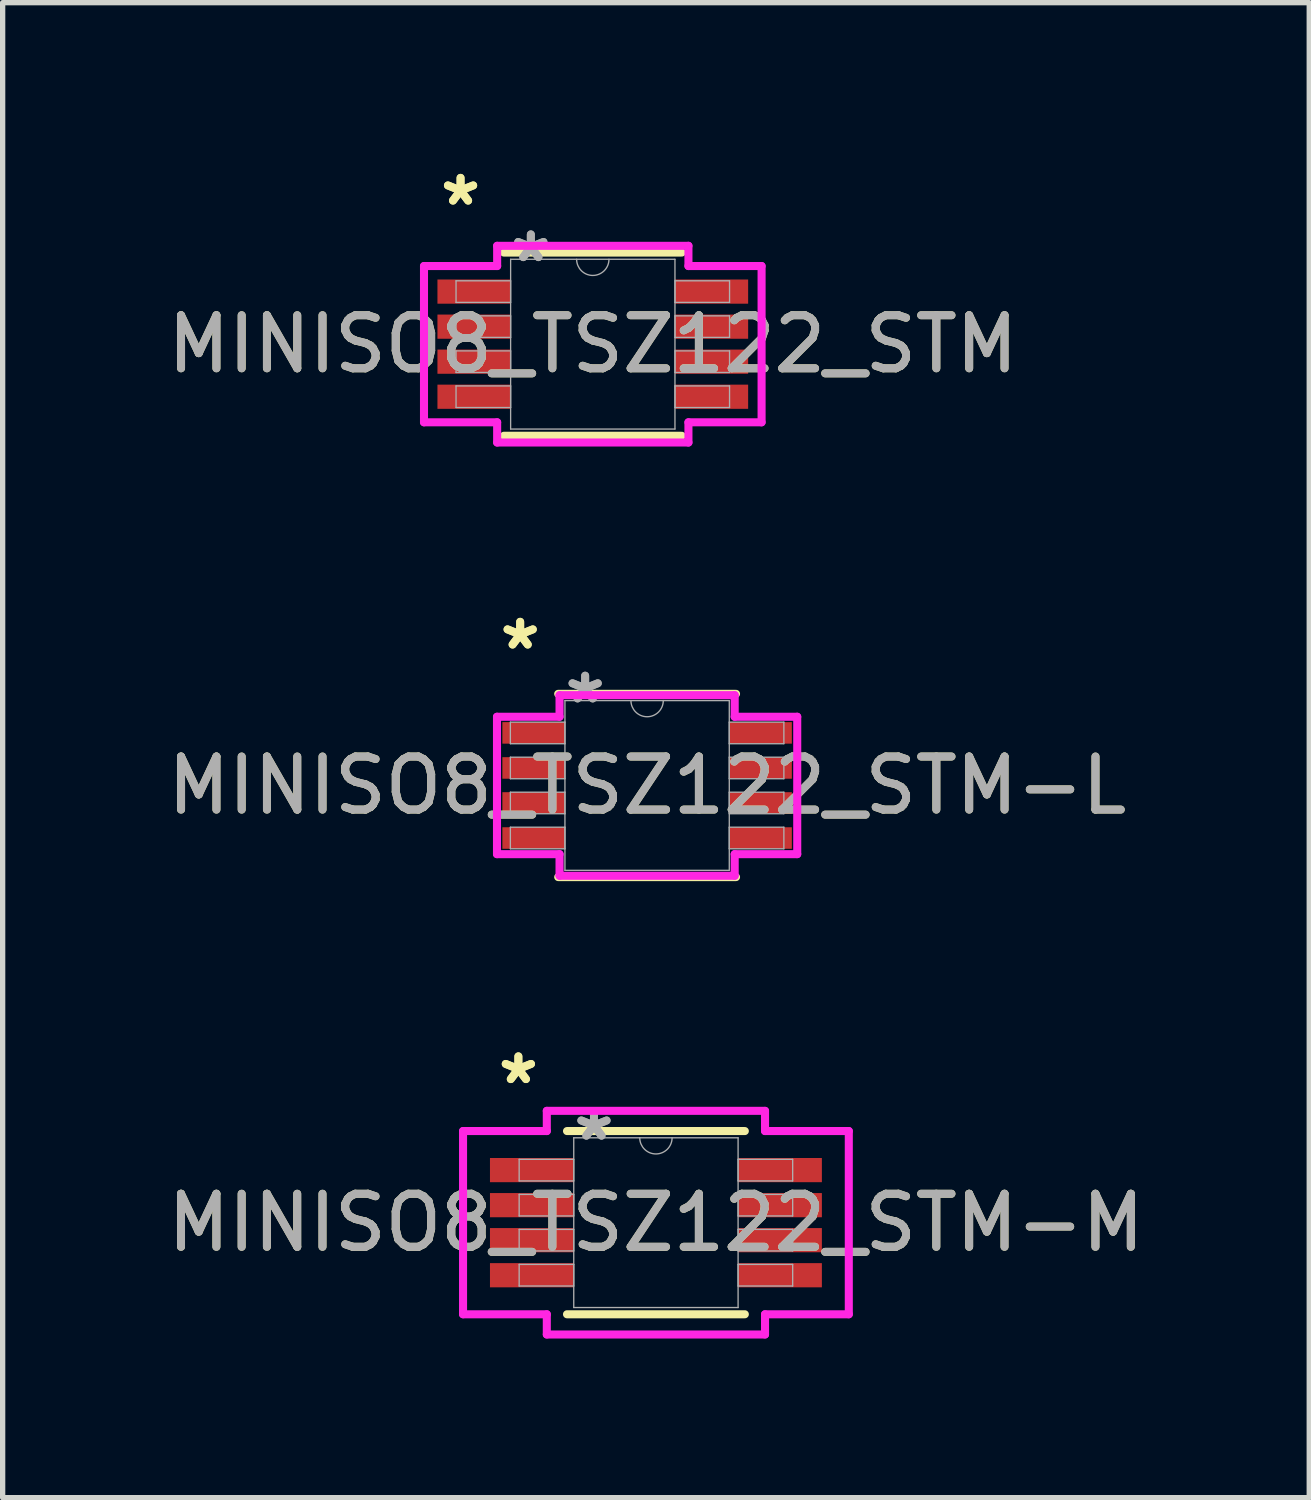
<source format=kicad_pcb>
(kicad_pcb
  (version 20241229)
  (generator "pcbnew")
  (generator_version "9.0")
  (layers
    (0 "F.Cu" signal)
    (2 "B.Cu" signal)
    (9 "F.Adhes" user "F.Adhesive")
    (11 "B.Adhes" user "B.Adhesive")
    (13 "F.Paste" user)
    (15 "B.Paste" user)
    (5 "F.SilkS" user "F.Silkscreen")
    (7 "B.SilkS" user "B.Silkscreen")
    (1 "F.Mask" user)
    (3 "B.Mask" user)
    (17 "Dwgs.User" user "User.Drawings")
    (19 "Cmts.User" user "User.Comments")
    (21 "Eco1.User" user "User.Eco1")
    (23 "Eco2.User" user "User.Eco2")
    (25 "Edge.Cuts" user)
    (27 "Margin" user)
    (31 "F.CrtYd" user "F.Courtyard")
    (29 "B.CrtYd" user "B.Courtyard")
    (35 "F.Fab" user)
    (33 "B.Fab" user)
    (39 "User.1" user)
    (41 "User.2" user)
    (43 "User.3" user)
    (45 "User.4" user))
  (footprint "MINISO8_TSZ122_STM"
    (layer "F.Cu")
    (at 8.125 3.438)
    (property "Reference" "MINISO8_TSZ122_STM" (at 0 0 0) (unlocked yes) (layer "F.SilkS") (effects (font (size 1 1) (thickness 0.15))))
    (attr smd)
    (fp_line (start -1.676 1.727) (end 1.676 1.727) (stroke (width 0.152) (type solid)) (layer "F.SilkS"))
    (fp_line (start 1.676 -1.727) (end -1.676 -1.727) (stroke (width 0.152) (type solid)) (layer "F.SilkS"))
    (fp_line (start -3.182 -1.473) (end -1.803 -1.473) (stroke (width 0.152) (type solid)) (layer "F.CrtYd"))
    (fp_line (start -3.182 1.473) (end -3.182 -1.473) (stroke (width 0.152) (type solid)) (layer "F.CrtYd"))
    (fp_line (start -3.182 1.473) (end -1.803 1.473) (stroke (width 0.152) (type solid)) (layer "F.CrtYd"))
    (fp_line (start -1.803 -1.854) (end 1.803 -1.854) (stroke (width 0.152) (type solid)) (layer "F.CrtYd"))
    (fp_line (start -1.803 -1.473) (end -1.803 -1.854) (stroke (width 0.152) (type solid)) (layer "F.CrtYd"))
    (fp_line (start -1.803 1.854) (end -1.803 1.473) (stroke (width 0.152) (type solid)) (layer "F.CrtYd"))
    (fp_line (start 1.803 -1.854) (end 1.803 -1.473) (stroke (width 0.152) (type solid)) (layer "F.CrtYd"))
    (fp_line (start 1.803 1.473) (end 1.803 1.854) (stroke (width 0.152) (type solid)) (layer "F.CrtYd"))
    (fp_line (start 1.803 1.854) (end -1.803 1.854) (stroke (width 0.152) (type solid)) (layer "F.CrtYd"))
    (fp_line (start 3.182 -1.473) (end 1.803 -1.473) (stroke (width 0.152) (type solid)) (layer "F.CrtYd"))
    (fp_line (start 3.182 -1.473) (end 3.182 1.473) (stroke (width 0.152) (type solid)) (layer "F.CrtYd"))
    (fp_line (start 3.182 1.473) (end 1.803 1.473) (stroke (width 0.152) (type solid)) (layer "F.CrtYd"))
    (fp_line (start -2.578 -1.194) (end -2.578 -0.787) (stroke (width 0.025) (type solid)) (layer "F.Fab"))
    (fp_line (start -2.578 -0.787) (end -1.549 -0.787) (stroke (width 0.025) (type solid)) (layer "F.Fab"))
    (fp_line (start -2.578 -0.533) (end -2.578 -0.127) (stroke (width 0.025) (type solid)) (layer "F.Fab"))
    (fp_line (start -2.578 -0.127) (end -1.549 -0.127) (stroke (width 0.025) (type solid)) (layer "F.Fab"))
    (fp_line (start -2.578 0.127) (end -2.578 0.533) (stroke (width 0.025) (type solid)) (layer "F.Fab"))
    (fp_line (start -2.578 0.533) (end -1.549 0.533) (stroke (width 0.025) (type solid)) (layer "F.Fab"))
    (fp_line (start -2.578 0.787) (end -2.578 1.194) (stroke (width 0.025) (type solid)) (layer "F.Fab"))
    (fp_line (start -2.578 1.194) (end -1.549 1.194) (stroke (width 0.025) (type solid)) (layer "F.Fab"))
    (fp_line (start -1.549 -1.6) (end -1.549 1.6) (stroke (width 0.025) (type solid)) (layer "F.Fab"))
    (fp_line (start -1.549 -1.194) (end -2.578 -1.194) (stroke (width 0.025) (type solid)) (layer "F.Fab"))
    (fp_line (start -1.549 -0.787) (end -1.549 -1.194) (stroke (width 0.025) (type solid)) (layer "F.Fab"))
    (fp_line (start -1.549 -0.533) (end -2.578 -0.533) (stroke (width 0.025) (type solid)) (layer "F.Fab"))
    (fp_line (start -1.549 -0.127) (end -1.549 -0.533) (stroke (width 0.025) (type solid)) (layer "F.Fab"))
    (fp_line (start -1.549 0.127) (end -2.578 0.127) (stroke (width 0.025) (type solid)) (layer "F.Fab"))
    (fp_line (start -1.549 0.533) (end -1.549 0.127) (stroke (width 0.025) (type solid)) (layer "F.Fab"))
    (fp_line (start -1.549 0.787) (end -2.578 0.787) (stroke (width 0.025) (type solid)) (layer "F.Fab"))
    (fp_line (start -1.549 1.194) (end -1.549 0.787) (stroke (width 0.025) (type solid)) (layer "F.Fab"))
    (fp_line (start -1.549 1.6) (end 1.549 1.6) (stroke (width 0.025) (type solid)) (layer "F.Fab"))
    (fp_line (start 1.549 -1.6) (end -1.549 -1.6) (stroke (width 0.025) (type solid)) (layer "F.Fab"))
    (fp_line (start 1.549 -1.194) (end 1.549 -0.787) (stroke (width 0.025) (type solid)) (layer "F.Fab"))
    (fp_line (start 1.549 -0.787) (end 2.578 -0.787) (stroke (width 0.025) (type solid)) (layer "F.Fab"))
    (fp_line (start 1.549 -0.533) (end 1.549 -0.127) (stroke (width 0.025) (type solid)) (layer "F.Fab"))
    (fp_line (start 1.549 -0.127) (end 2.578 -0.127) (stroke (width 0.025) (type solid)) (layer "F.Fab"))
    (fp_line (start 1.549 0.127) (end 1.549 0.533) (stroke (width 0.025) (type solid)) (layer "F.Fab"))
    (fp_line (start 1.549 0.533) (end 2.578 0.533) (stroke (width 0.025) (type solid)) (layer "F.Fab"))
    (fp_line (start 1.549 0.787) (end 1.549 1.194) (stroke (width 0.025) (type solid)) (layer "F.Fab"))
    (fp_line (start 1.549 1.194) (end 2.578 1.194) (stroke (width 0.025) (type solid)) (layer "F.Fab"))
    (fp_line (start 1.549 1.6) (end 1.549 -1.6) (stroke (width 0.025) (type solid)) (layer "F.Fab"))
    (fp_line (start 2.578 -1.194) (end 1.549 -1.194) (stroke (width 0.025) (type solid)) (layer "F.Fab"))
    (fp_line (start 2.578 -0.787) (end 2.578 -1.194) (stroke (width 0.025) (type solid)) (layer "F.Fab"))
    (fp_line (start 2.578 -0.533) (end 1.549 -0.533) (stroke (width 0.025) (type solid)) (layer "F.Fab"))
    (fp_line (start 2.578 -0.127) (end 2.578 -0.533) (stroke (width 0.025) (type solid)) (layer "F.Fab"))
    (fp_line (start 2.578 0.127) (end 1.549 0.127) (stroke (width 0.025) (type solid)) (layer "F.Fab"))
    (fp_line (start 2.578 0.533) (end 2.578 0.127) (stroke (width 0.025) (type solid)) (layer "F.Fab"))
    (fp_line (start 2.578 0.787) (end 1.549 0.787) (stroke (width 0.025) (type solid)) (layer "F.Fab"))
    (fp_line (start 2.578 1.194) (end 2.578 0.787) (stroke (width 0.025) (type solid)) (layer "F.Fab"))
    (fp_arc (start 0.3048 -1.6002) (mid 0 -1.2954) (end -0.3048 -1.6002) (stroke (width 0.0254) (type solid)) (layer "F.Fab"))
    (fp_text user "*" (at -2.493 -2.59 0) (layer "F.SilkS") (effects (font (size 1 1) (thickness 0.15))))
    (fp_text user "*" (at -2.493 -2.59 0) (unlocked yes) (layer "F.SilkS") (effects (font (size 1 1) (thickness 0.15))))
    (fp_text user "*" (at -1.168 -1.524 0) (unlocked yes) (layer "F.Fab") (effects (font (size 1 1) (thickness 0.15))))
    (fp_text user "${REFERENCE}" (at 0 0 0) (unlocked yes) (layer "F.Fab") (effects (font (size 1 1) (thickness 0.15))))
    (fp_text user "*" (at -1.168 -1.524 0) (layer "F.Fab") (effects (font (size 1 1) (thickness 0.15))))
    (pad "1" smd rect (at -2.239 -0.991) (size 1.379 0.456) (layers "F.Cu" "F.Mask" "F.Paste"))
    (pad "2" smd rect (at -2.239 -0.33) (size 1.379 0.456) (layers "F.Cu" "F.Mask" "F.Paste"))
    (pad "3" smd rect (at -2.239 0.33) (size 1.379 0.456) (layers "F.Cu" "F.Mask" "F.Paste"))
    (pad "4" smd rect (at -2.239 0.991) (size 1.379 0.456) (layers "F.Cu" "F.Mask" "F.Paste"))
    (pad "5" smd rect (at 2.239 0.991) (size 1.379 0.456) (layers "F.Cu" "F.Mask" "F.Paste"))
    (pad "6" smd rect (at 2.239 0.33) (size 1.379 0.456) (layers "F.Cu" "F.Mask" "F.Paste"))
    (pad "7" smd rect (at 2.239 -0.33) (size 1.379 0.456) (layers "F.Cu" "F.Mask" "F.Paste"))
    (pad "8" smd rect (at 2.239 -0.991) (size 1.379 0.456) (layers "F.Cu" "F.Mask" "F.Paste")))
  (footprint "MINISO8_TSZ122_STM-L"
    (layer "F.Cu")
    (at 9.149 11.757)
    (property "Reference" "MINISO8_TSZ122_STM-L" (at 0 0 0) (unlocked yes) (layer "F.SilkS") (effects (font (size 1 1) (thickness 0.15))))
    (attr smd)
    (fp_line (start -1.676 1.727) (end 1.676 1.727) (stroke (width 0.152) (type solid)) (layer "F.SilkS"))
    (fp_line (start 1.676 -1.727) (end -1.676 -1.727) (stroke (width 0.152) (type solid)) (layer "F.SilkS"))
    (fp_line (start -2.83 -1.295) (end -1.651 -1.295) (stroke (width 0.152) (type solid)) (layer "F.CrtYd"))
    (fp_line (start -2.83 1.295) (end -2.83 -1.295) (stroke (width 0.152) (type solid)) (layer "F.CrtYd"))
    (fp_line (start -2.83 1.295) (end -1.651 1.295) (stroke (width 0.152) (type solid)) (layer "F.CrtYd"))
    (fp_line (start -1.651 -1.702) (end 1.651 -1.702) (stroke (width 0.152) (type solid)) (layer "F.CrtYd"))
    (fp_line (start -1.651 -1.295) (end -1.651 -1.702) (stroke (width 0.152) (type solid)) (layer "F.CrtYd"))
    (fp_line (start -1.651 1.702) (end -1.651 1.295) (stroke (width 0.152) (type solid)) (layer "F.CrtYd"))
    (fp_line (start 1.651 -1.702) (end 1.651 -1.295) (stroke (width 0.152) (type solid)) (layer "F.CrtYd"))
    (fp_line (start 1.651 1.295) (end 1.651 1.702) (stroke (width 0.152) (type solid)) (layer "F.CrtYd"))
    (fp_line (start 1.651 1.702) (end -1.651 1.702) (stroke (width 0.152) (type solid)) (layer "F.CrtYd"))
    (fp_line (start 2.83 -1.295) (end 1.651 -1.295) (stroke (width 0.152) (type solid)) (layer "F.CrtYd"))
    (fp_line (start 2.83 -1.295) (end 2.83 1.295) (stroke (width 0.152) (type solid)) (layer "F.CrtYd"))
    (fp_line (start 2.83 1.295) (end 1.651 1.295) (stroke (width 0.152) (type solid)) (layer "F.CrtYd"))
    (fp_line (start -2.578 -1.194) (end -2.578 -0.787) (stroke (width 0.025) (type solid)) (layer "F.Fab"))
    (fp_line (start -2.578 -0.787) (end -1.549 -0.787) (stroke (width 0.025) (type solid)) (layer "F.Fab"))
    (fp_line (start -2.578 -0.533) (end -2.578 -0.127) (stroke (width 0.025) (type solid)) (layer "F.Fab"))
    (fp_line (start -2.578 -0.127) (end -1.549 -0.127) (stroke (width 0.025) (type solid)) (layer "F.Fab"))
    (fp_line (start -2.578 0.127) (end -2.578 0.533) (stroke (width 0.025) (type solid)) (layer "F.Fab"))
    (fp_line (start -2.578 0.533) (end -1.549 0.533) (stroke (width 0.025) (type solid)) (layer "F.Fab"))
    (fp_line (start -2.578 0.787) (end -2.578 1.194) (stroke (width 0.025) (type solid)) (layer "F.Fab"))
    (fp_line (start -2.578 1.194) (end -1.549 1.194) (stroke (width 0.025) (type solid)) (layer "F.Fab"))
    (fp_line (start -1.549 -1.6) (end -1.549 1.6) (stroke (width 0.025) (type solid)) (layer "F.Fab"))
    (fp_line (start -1.549 -1.194) (end -2.578 -1.194) (stroke (width 0.025) (type solid)) (layer "F.Fab"))
    (fp_line (start -1.549 -0.787) (end -1.549 -1.194) (stroke (width 0.025) (type solid)) (layer "F.Fab"))
    (fp_line (start -1.549 -0.533) (end -2.578 -0.533) (stroke (width 0.025) (type solid)) (layer "F.Fab"))
    (fp_line (start -1.549 -0.127) (end -1.549 -0.533) (stroke (width 0.025) (type solid)) (layer "F.Fab"))
    (fp_line (start -1.549 0.127) (end -2.578 0.127) (stroke (width 0.025) (type solid)) (layer "F.Fab"))
    (fp_line (start -1.549 0.533) (end -1.549 0.127) (stroke (width 0.025) (type solid)) (layer "F.Fab"))
    (fp_line (start -1.549 0.787) (end -2.578 0.787) (stroke (width 0.025) (type solid)) (layer "F.Fab"))
    (fp_line (start -1.549 1.194) (end -1.549 0.787) (stroke (width 0.025) (type solid)) (layer "F.Fab"))
    (fp_line (start -1.549 1.6) (end 1.549 1.6) (stroke (width 0.025) (type solid)) (layer "F.Fab"))
    (fp_line (start 1.549 -1.6) (end -1.549 -1.6) (stroke (width 0.025) (type solid)) (layer "F.Fab"))
    (fp_line (start 1.549 -1.194) (end 1.549 -0.787) (stroke (width 0.025) (type solid)) (layer "F.Fab"))
    (fp_line (start 1.549 -0.787) (end 2.578 -0.787) (stroke (width 0.025) (type solid)) (layer "F.Fab"))
    (fp_line (start 1.549 -0.533) (end 1.549 -0.127) (stroke (width 0.025) (type solid)) (layer "F.Fab"))
    (fp_line (start 1.549 -0.127) (end 2.578 -0.127) (stroke (width 0.025) (type solid)) (layer "F.Fab"))
    (fp_line (start 1.549 0.127) (end 1.549 0.533) (stroke (width 0.025) (type solid)) (layer "F.Fab"))
    (fp_line (start 1.549 0.533) (end 2.578 0.533) (stroke (width 0.025) (type solid)) (layer "F.Fab"))
    (fp_line (start 1.549 0.787) (end 1.549 1.194) (stroke (width 0.025) (type solid)) (layer "F.Fab"))
    (fp_line (start 1.549 1.194) (end 2.578 1.194) (stroke (width 0.025) (type solid)) (layer "F.Fab"))
    (fp_line (start 1.549 1.6) (end 1.549 -1.6) (stroke (width 0.025) (type solid)) (layer "F.Fab"))
    (fp_line (start 2.578 -1.194) (end 1.549 -1.194) (stroke (width 0.025) (type solid)) (layer "F.Fab"))
    (fp_line (start 2.578 -0.787) (end 2.578 -1.194) (stroke (width 0.025) (type solid)) (layer "F.Fab"))
    (fp_line (start 2.578 -0.533) (end 1.549 -0.533) (stroke (width 0.025) (type solid)) (layer "F.Fab"))
    (fp_line (start 2.578 -0.127) (end 2.578 -0.533) (stroke (width 0.025) (type solid)) (layer "F.Fab"))
    (fp_line (start 2.578 0.127) (end 1.549 0.127) (stroke (width 0.025) (type solid)) (layer "F.Fab"))
    (fp_line (start 2.578 0.533) (end 2.578 0.127) (stroke (width 0.025) (type solid)) (layer "F.Fab"))
    (fp_line (start 2.578 0.787) (end 1.549 0.787) (stroke (width 0.025) (type solid)) (layer "F.Fab"))
    (fp_line (start 2.578 1.194) (end 2.578 0.787) (stroke (width 0.025) (type solid)) (layer "F.Fab"))
    (fp_arc (start 0.3048 -1.6002) (mid 0 -1.2954) (end -0.3048 -1.6002) (stroke (width 0.0254) (type solid)) (layer "F.Fab"))
    (fp_text user "*" (at -2.393 -2.54 0) (layer "F.SilkS") (effects (font (size 1 1) (thickness 0.15))))
    (fp_text user "*" (at -2.393 -2.54 0) (unlocked yes) (layer "F.SilkS") (effects (font (size 1 1) (thickness 0.15))))
    (fp_text user "*" (at -1.168 -1.524 0) (layer "F.Fab") (effects (font (size 1 1) (thickness 0.15))))
    (fp_text user "${REFERENCE}" (at 0 0 0) (unlocked yes) (layer "F.Fab") (effects (font (size 1 1) (thickness 0.15))))
    (fp_text user "*" (at -1.168 -1.524 0) (unlocked yes) (layer "F.Fab") (effects (font (size 1 1) (thickness 0.15))))
    (pad "1" smd rect (at -2.139 -0.991) (size 1.179 0.406) (layers "F.Cu" "F.Mask" "F.Paste"))
    (pad "2" smd rect (at -2.139 -0.33) (size 1.179 0.406) (layers "F.Cu" "F.Mask" "F.Paste"))
    (pad "3" smd rect (at -2.139 0.33) (size 1.179 0.406) (layers "F.Cu" "F.Mask" "F.Paste"))
    (pad "4" smd rect (at -2.139 0.991) (size 1.179 0.406) (layers "F.Cu" "F.Mask" "F.Paste"))
    (pad "5" smd rect (at 2.139 0.991) (size 1.179 0.406) (layers "F.Cu" "F.Mask" "F.Paste"))
    (pad "6" smd rect (at 2.139 0.33) (size 1.179 0.406) (layers "F.Cu" "F.Mask" "F.Paste"))
    (pad "7" smd rect (at 2.139 -0.33) (size 1.179 0.406) (layers "F.Cu" "F.Mask" "F.Paste"))
    (pad "8" smd rect (at 2.139 -0.991) (size 1.179 0.406) (layers "F.Cu" "F.Mask" "F.Paste")))
  (footprint "MINISO8_TSZ122_STM-M"
    (layer "F.Cu")
    (at 9.315 19.999)
    (property "Reference" "MINISO8_TSZ122_STM-M" (at 0 0 0) (unlocked yes) (layer "F.SilkS") (effects (font (size 1 1) (thickness 0.15))))
    (attr smd)
    (fp_line (start -1.676 1.727) (end 1.676 1.727) (stroke (width 0.152) (type solid)) (layer "F.SilkS"))
    (fp_line (start 1.676 -1.727) (end -1.676 -1.727) (stroke (width 0.152) (type solid)) (layer "F.SilkS"))
    (fp_line (start -3.636 -1.727) (end -2.057 -1.727) (stroke (width 0.152) (type solid)) (layer "F.CrtYd"))
    (fp_line (start -3.636 1.727) (end -3.636 -1.727) (stroke (width 0.152) (type solid)) (layer "F.CrtYd"))
    (fp_line (start -3.636 1.727) (end -2.057 1.727) (stroke (width 0.152) (type solid)) (layer "F.CrtYd"))
    (fp_line (start -2.057 -2.108) (end 2.057 -2.108) (stroke (width 0.152) (type solid)) (layer "F.CrtYd"))
    (fp_line (start -2.057 -1.727) (end -2.057 -2.108) (stroke (width 0.152) (type solid)) (layer "F.CrtYd"))
    (fp_line (start -2.057 2.108) (end -2.057 1.727) (stroke (width 0.152) (type solid)) (layer "F.CrtYd"))
    (fp_line (start 2.057 -2.108) (end 2.057 -1.727) (stroke (width 0.152) (type solid)) (layer "F.CrtYd"))
    (fp_line (start 2.057 1.727) (end 2.057 2.108) (stroke (width 0.152) (type solid)) (layer "F.CrtYd"))
    (fp_line (start 2.057 2.108) (end -2.057 2.108) (stroke (width 0.152) (type solid)) (layer "F.CrtYd"))
    (fp_line (start 3.636 -1.727) (end 2.057 -1.727) (stroke (width 0.152) (type solid)) (layer "F.CrtYd"))
    (fp_line (start 3.636 -1.727) (end 3.636 1.727) (stroke (width 0.152) (type solid)) (layer "F.CrtYd"))
    (fp_line (start 3.636 1.727) (end 2.057 1.727) (stroke (width 0.152) (type solid)) (layer "F.CrtYd"))
    (fp_line (start -2.578 -1.194) (end -2.578 -0.787) (stroke (width 0.025) (type solid)) (layer "F.Fab"))
    (fp_line (start -2.578 -0.787) (end -1.549 -0.787) (stroke (width 0.025) (type solid)) (layer "F.Fab"))
    (fp_line (start -2.578 -0.533) (end -2.578 -0.127) (stroke (width 0.025) (type solid)) (layer "F.Fab"))
    (fp_line (start -2.578 -0.127) (end -1.549 -0.127) (stroke (width 0.025) (type solid)) (layer "F.Fab"))
    (fp_line (start -2.578 0.127) (end -2.578 0.533) (stroke (width 0.025) (type solid)) (layer "F.Fab"))
    (fp_line (start -2.578 0.533) (end -1.549 0.533) (stroke (width 0.025) (type solid)) (layer "F.Fab"))
    (fp_line (start -2.578 0.787) (end -2.578 1.194) (stroke (width 0.025) (type solid)) (layer "F.Fab"))
    (fp_line (start -2.578 1.194) (end -1.549 1.194) (stroke (width 0.025) (type solid)) (layer "F.Fab"))
    (fp_line (start -1.549 -1.6) (end -1.549 1.6) (stroke (width 0.025) (type solid)) (layer "F.Fab"))
    (fp_line (start -1.549 -1.194) (end -2.578 -1.194) (stroke (width 0.025) (type solid)) (layer "F.Fab"))
    (fp_line (start -1.549 -0.787) (end -1.549 -1.194) (stroke (width 0.025) (type solid)) (layer "F.Fab"))
    (fp_line (start -1.549 -0.533) (end -2.578 -0.533) (stroke (width 0.025) (type solid)) (layer "F.Fab"))
    (fp_line (start -1.549 -0.127) (end -1.549 -0.533) (stroke (width 0.025) (type solid)) (layer "F.Fab"))
    (fp_line (start -1.549 0.127) (end -2.578 0.127) (stroke (width 0.025) (type solid)) (layer "F.Fab"))
    (fp_line (start -1.549 0.533) (end -1.549 0.127) (stroke (width 0.025) (type solid)) (layer "F.Fab"))
    (fp_line (start -1.549 0.787) (end -2.578 0.787) (stroke (width 0.025) (type solid)) (layer "F.Fab"))
    (fp_line (start -1.549 1.194) (end -1.549 0.787) (stroke (width 0.025) (type solid)) (layer "F.Fab"))
    (fp_line (start -1.549 1.6) (end 1.549 1.6) (stroke (width 0.025) (type solid)) (layer "F.Fab"))
    (fp_line (start 1.549 -1.6) (end -1.549 -1.6) (stroke (width 0.025) (type solid)) (layer "F.Fab"))
    (fp_line (start 1.549 -1.194) (end 1.549 -0.787) (stroke (width 0.025) (type solid)) (layer "F.Fab"))
    (fp_line (start 1.549 -0.787) (end 2.578 -0.787) (stroke (width 0.025) (type solid)) (layer "F.Fab"))
    (fp_line (start 1.549 -0.533) (end 1.549 -0.127) (stroke (width 0.025) (type solid)) (layer "F.Fab"))
    (fp_line (start 1.549 -0.127) (end 2.578 -0.127) (stroke (width 0.025) (type solid)) (layer "F.Fab"))
    (fp_line (start 1.549 0.127) (end 1.549 0.533) (stroke (width 0.025) (type solid)) (layer "F.Fab"))
    (fp_line (start 1.549 0.533) (end 2.578 0.533) (stroke (width 0.025) (type solid)) (layer "F.Fab"))
    (fp_line (start 1.549 0.787) (end 1.549 1.194) (stroke (width 0.025) (type solid)) (layer "F.Fab"))
    (fp_line (start 1.549 1.194) (end 2.578 1.194) (stroke (width 0.025) (type solid)) (layer "F.Fab"))
    (fp_line (start 1.549 1.6) (end 1.549 -1.6) (stroke (width 0.025) (type solid)) (layer "F.Fab"))
    (fp_line (start 2.578 -1.194) (end 1.549 -1.194) (stroke (width 0.025) (type solid)) (layer "F.Fab"))
    (fp_line (start 2.578 -0.787) (end 2.578 -1.194) (stroke (width 0.025) (type solid)) (layer "F.Fab"))
    (fp_line (start 2.578 -0.533) (end 1.549 -0.533) (stroke (width 0.025) (type solid)) (layer "F.Fab"))
    (fp_line (start 2.578 -0.127) (end 2.578 -0.533) (stroke (width 0.025) (type solid)) (layer "F.Fab"))
    (fp_line (start 2.578 0.127) (end 1.549 0.127) (stroke (width 0.025) (type solid)) (layer "F.Fab"))
    (fp_line (start 2.578 0.533) (end 2.578 0.127) (stroke (width 0.025) (type solid)) (layer "F.Fab"))
    (fp_line (start 2.578 0.787) (end 1.549 0.787) (stroke (width 0.025) (type solid)) (layer "F.Fab"))
    (fp_line (start 2.578 1.194) (end 2.578 0.787) (stroke (width 0.025) (type solid)) (layer "F.Fab"))
    (fp_arc (start 0.3048 -1.6002) (mid 0 -1.2954) (end -0.3048 -1.6002) (stroke (width 0.0254) (type solid)) (layer "F.Fab"))
    (fp_text user "*" (at -2.593 -2.59 0) (unlocked yes) (layer "F.SilkS") (effects (font (size 1 1) (thickness 0.15))))
    (fp_text user "*" (at -2.593 -2.59 0) (layer "F.SilkS") (effects (font (size 1 1) (thickness 0.15))))
    (fp_text user "*" (at -1.168 -1.524 0) (unlocked yes) (layer "F.Fab") (effects (font (size 1 1) (thickness 0.15))))
    (fp_text user "${REFERENCE}" (at 0 0 0) (unlocked yes) (layer "F.Fab") (effects (font (size 1 1) (thickness 0.15))))
    (fp_text user "*" (at -1.168 -1.524 0) (layer "F.Fab") (effects (font (size 1 1) (thickness 0.15))))
    (pad "1" smd rect (at -2.339 -0.991) (size 1.579 0.456) (layers "F.Cu" "F.Mask" "F.Paste"))
    (pad "2" smd rect (at -2.339 -0.33) (size 1.579 0.456) (layers "F.Cu" "F.Mask" "F.Paste"))
    (pad "3" smd rect (at -2.339 0.33) (size 1.579 0.456) (layers "F.Cu" "F.Mask" "F.Paste"))
    (pad "4" smd rect (at -2.339 0.991) (size 1.579 0.456) (layers "F.Cu" "F.Mask" "F.Paste"))
    (pad "5" smd rect (at 2.339 0.991) (size 1.579 0.456) (layers "F.Cu" "F.Mask" "F.Paste"))
    (pad "6" smd rect (at 2.339 0.33) (size 1.579 0.456) (layers "F.Cu" "F.Mask" "F.Paste"))
    (pad "7" smd rect (at 2.339 -0.33) (size 1.579 0.456) (layers "F.Cu" "F.Mask" "F.Paste"))
    (pad "8" smd rect (at 2.339 -0.991) (size 1.579 0.456) (layers "F.Cu" "F.Mask" "F.Paste")))
  (gr_rect
    (start -3 -3)
    (end 21.631 25.183)
    (stroke (width 0.1) (type default))
    (fill no)
    (layer "Edge.Cuts")))
</source>
